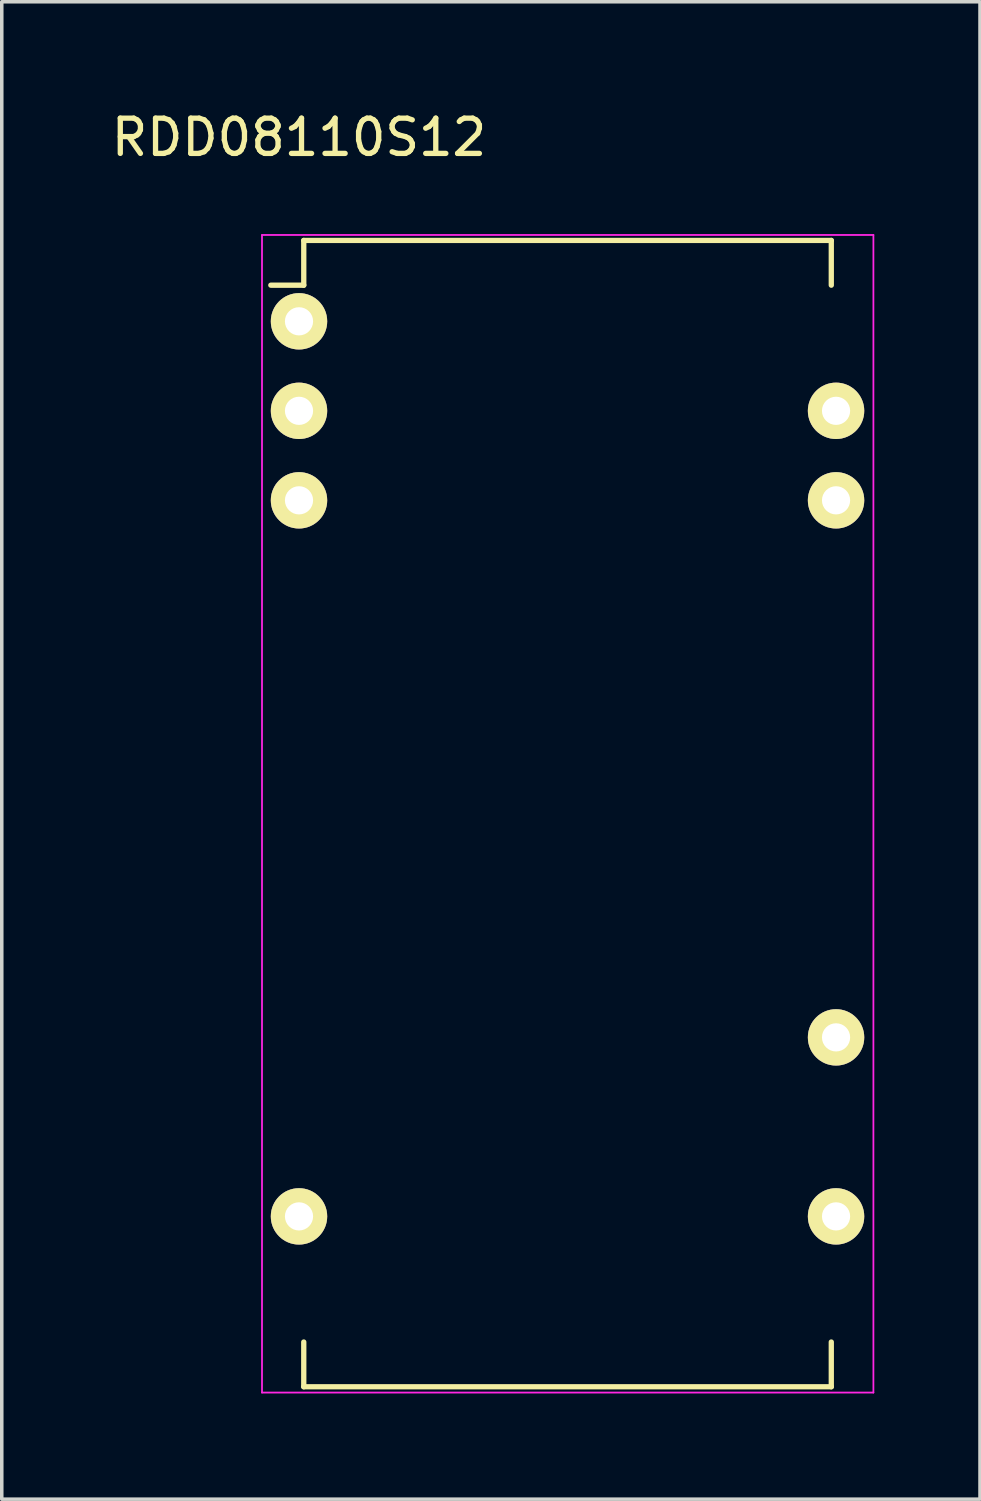
<source format=kicad_pcb>
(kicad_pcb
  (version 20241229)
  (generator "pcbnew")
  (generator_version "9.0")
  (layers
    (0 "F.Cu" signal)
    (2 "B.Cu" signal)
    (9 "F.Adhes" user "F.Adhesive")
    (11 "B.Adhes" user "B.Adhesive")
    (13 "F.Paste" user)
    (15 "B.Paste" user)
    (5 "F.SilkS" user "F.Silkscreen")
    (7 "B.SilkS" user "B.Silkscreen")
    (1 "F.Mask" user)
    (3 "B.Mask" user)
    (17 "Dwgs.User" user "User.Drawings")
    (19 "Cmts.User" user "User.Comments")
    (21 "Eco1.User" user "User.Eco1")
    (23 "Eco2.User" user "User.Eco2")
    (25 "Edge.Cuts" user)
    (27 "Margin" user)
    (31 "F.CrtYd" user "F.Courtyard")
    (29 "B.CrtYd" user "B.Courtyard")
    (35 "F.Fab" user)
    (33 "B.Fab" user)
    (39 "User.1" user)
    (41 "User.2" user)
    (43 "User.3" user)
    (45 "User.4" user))
  (footprint "RDD08110S12"
    (layer "F.Cu")
    (at 5.435 6.068)
    (property "Reference" "RDD08110S12" (at 0 -5.22 0) (layer "F.SilkS") (effects (font (size 1 1) (thickness 0.15))))
    (attr through_hole)
    (fp_line (start 0.135 -2.295) (end 0.135 -1.025) (stroke (width 0.15) (type solid)) (layer "F.SilkS"))
    (fp_line (start 0.135 -2.295) (end 15.105 -2.295) (stroke (width 0.15) (type solid)) (layer "F.SilkS"))
    (fp_line (start 0.135 -1.025) (end -0.8 -1.025) (stroke (width 0.15) (type solid)) (layer "F.SilkS"))
    (fp_line (start 0.135 30.235) (end 0.135 28.965) (stroke (width 0.15) (type solid)) (layer "F.SilkS"))
    (fp_line (start 0.135 30.235) (end 15.105 30.235) (stroke (width 0.15) (type solid)) (layer "F.SilkS"))
    (fp_line (start 15.105 -2.295) (end 15.105 -1.025) (stroke (width 0.15) (type solid)) (layer "F.SilkS"))
    (fp_line (start 15.105 30.235) (end 15.105 28.965) (stroke (width 0.15) (type solid)) (layer "F.SilkS"))
    (fp_line (start -1.05 -2.45) (end -1.05 30.4) (stroke (width 0.05) (type solid)) (layer "F.CrtYd"))
    (fp_line (start -1.05 -2.45) (end 16.3 -2.45) (stroke (width 0.05) (type solid)) (layer "F.CrtYd"))
    (fp_line (start -1.05 30.4) (end 16.3 30.4) (stroke (width 0.05) (type solid)) (layer "F.CrtYd"))
    (fp_line (start 16.3 -2.45) (end 16.3 30.4) (stroke (width 0.05) (type solid)) (layer "F.CrtYd"))
    (pad "1" thru_hole oval (at 0 0) (size 1.6 1.6) (drill 0.8) (layers "*.Cu" "*.Mask" "F.SilkS"))
    (pad "2" thru_hole oval (at 0 2.54) (size 1.6 1.6) (drill 0.8) (layers "*.Cu" "*.Mask" "F.SilkS"))
    (pad "3" thru_hole oval (at 0 5.08) (size 1.6 1.6) (drill 0.8) (layers "*.Cu" "*.Mask" "F.SilkS"))
    (pad "11" thru_hole oval (at 0 25.4) (size 1.6 1.6) (drill 0.8) (layers "*.Cu" "*.Mask" "F.SilkS"))
    (pad "14" thru_hole oval (at 15.24 25.4) (size 1.6 1.6) (drill 0.8) (layers "*.Cu" "*.Mask" "F.SilkS"))
    (pad "16" thru_hole oval (at 15.24 20.32) (size 1.6 1.6) (drill 0.8) (layers "*.Cu" "*.Mask" "F.SilkS"))
    (pad "22" thru_hole oval (at 15.24 5.08) (size 1.6 1.6) (drill 0.8) (layers "*.Cu" "*.Mask" "F.SilkS"))
    (pad "23" thru_hole oval (at 15.24 2.54) (size 1.6 1.6) (drill 0.8) (layers "*.Cu" "*.Mask" "F.SilkS")))
  (gr_rect
    (start -3 -3)
    (end 24.76 39.493)
    (stroke (width 0.1) (type default))
    (fill no)
    (layer "Edge.Cuts")))
</source>
